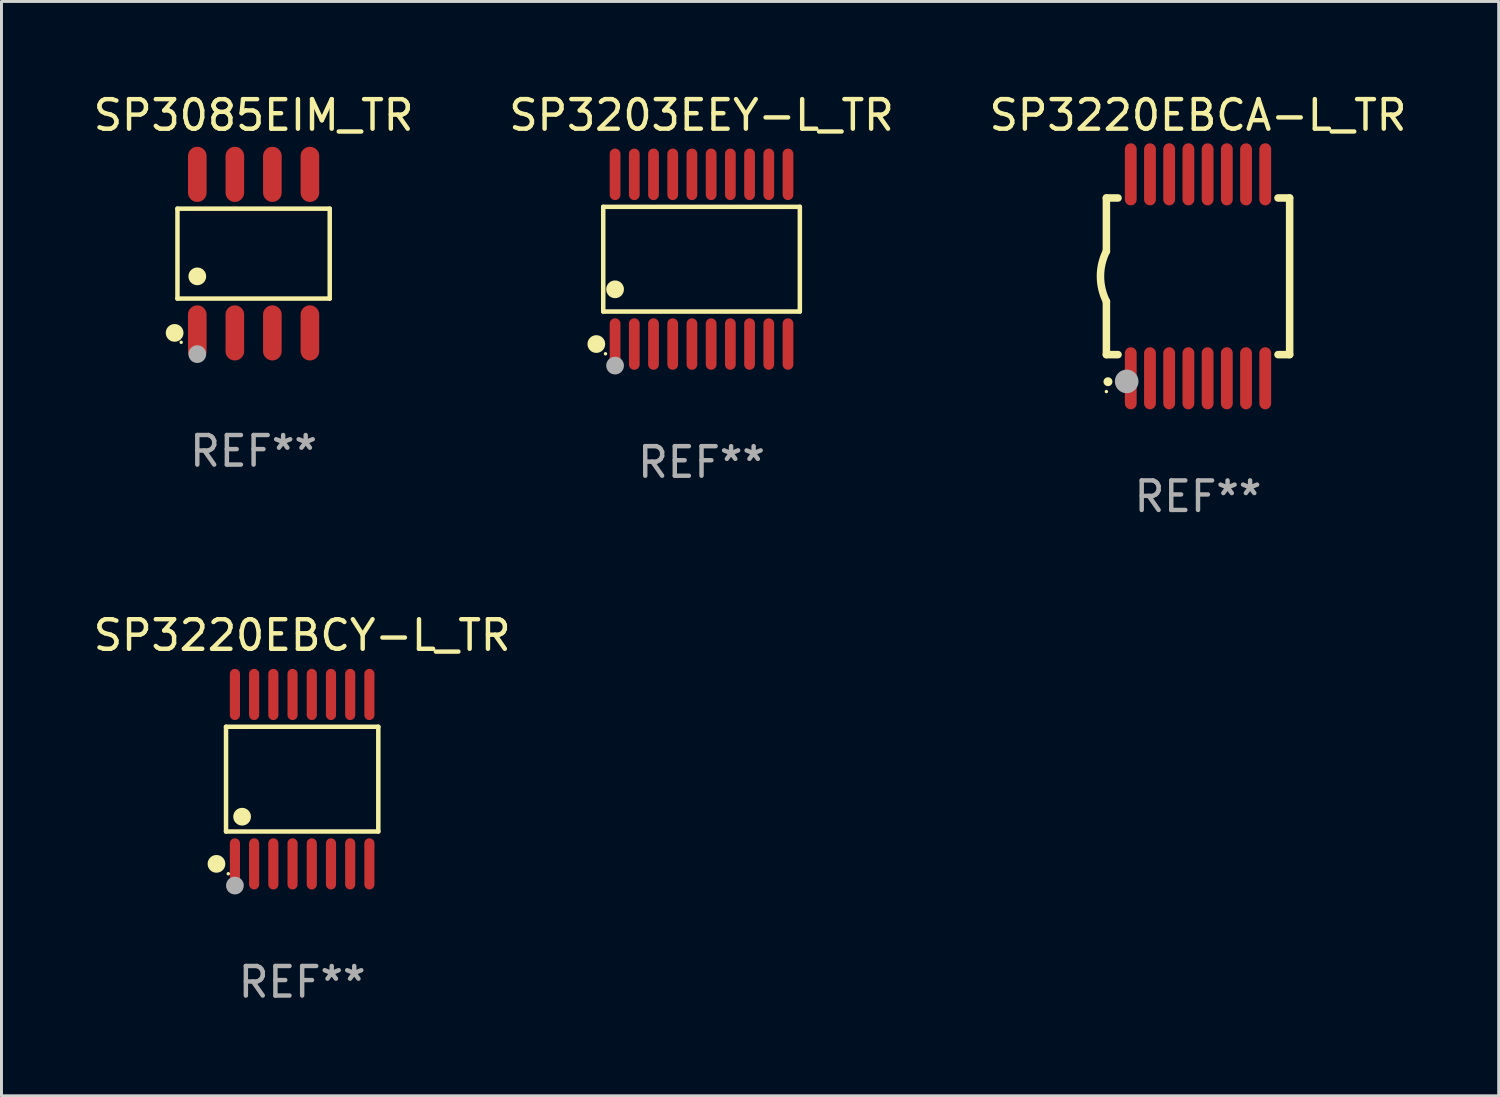
<source format=kicad_pcb>
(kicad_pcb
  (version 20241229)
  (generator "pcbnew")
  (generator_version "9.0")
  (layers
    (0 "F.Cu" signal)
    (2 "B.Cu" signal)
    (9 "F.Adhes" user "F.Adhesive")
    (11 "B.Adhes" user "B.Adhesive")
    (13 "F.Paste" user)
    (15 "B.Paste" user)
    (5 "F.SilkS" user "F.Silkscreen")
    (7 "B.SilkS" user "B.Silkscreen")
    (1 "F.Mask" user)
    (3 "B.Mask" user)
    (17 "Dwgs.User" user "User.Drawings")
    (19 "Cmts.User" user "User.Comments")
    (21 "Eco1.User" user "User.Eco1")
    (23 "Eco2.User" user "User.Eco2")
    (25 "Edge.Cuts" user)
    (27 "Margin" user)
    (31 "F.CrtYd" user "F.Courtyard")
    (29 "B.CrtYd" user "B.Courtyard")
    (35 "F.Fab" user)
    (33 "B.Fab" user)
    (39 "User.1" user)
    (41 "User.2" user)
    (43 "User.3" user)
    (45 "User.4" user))
  (footprint "SP3220EBCY-L_TR"
    (layer "F.Cu")
    (at 7.173 23.311)
    (property "Reference" "SP3220EBCY-L_TR" (at 0 -4.866 0) (layer "F.SilkS") (effects (font (size 1 1) (thickness 0.15))))
    (attr through_hole)
    (fp_line (start -2.576 -1.772) (end 2.576 -1.772) (stroke (width 0.152) (type solid)) (layer "F.SilkS"))
    (fp_line (start -2.576 1.771) (end -2.576 -1.772) (stroke (width 0.152) (type solid)) (layer "F.SilkS"))
    (fp_line (start 2.576 -1.772) (end 2.576 1.771) (stroke (width 0.152) (type solid)) (layer "F.SilkS"))
    (fp_line (start 2.576 1.771) (end -2.576 1.771) (stroke (width 0.152) (type solid)) (layer "F.SilkS"))
    (fp_circle (center -2.899 2.866) (end -2.749 2.866) (stroke (width 0.3) (type solid)) (fill no) (layer "F.SilkS"))
    (fp_circle (center -2.5 3.2) (end -2.47 3.2) (stroke (width 0.06) (type solid)) (fill no) (layer "F.SilkS"))
    (fp_circle (center -2.032 1.27) (end -1.882 1.27) (stroke (width 0.3) (type solid)) (fill no) (layer "F.SilkS"))
    (fp_circle (center -2.275 3.6) (end -2.125 3.6) (stroke (width 0.3) (type solid)) (fill no) (layer "F.Fab"))
    (fp_text user "REF**" (at 0 6.866 0) (layer "F.Fab") (effects (font (size 1 1) (thickness 0.15))))
    (pad "1" smd oval (at -2.275 2.866) (size 0.343 1.731) (layers "F.Cu" "F.Mask" "F.Paste"))
    (pad "2" smd oval (at -1.625 2.866) (size 0.343 1.731) (layers "F.Cu" "F.Mask" "F.Paste"))
    (pad "3" smd oval (at -0.975 2.866) (size 0.343 1.731) (layers "F.Cu" "F.Mask" "F.Paste"))
    (pad "4" smd oval (at -0.325 2.866) (size 0.343 1.731) (layers "F.Cu" "F.Mask" "F.Paste"))
    (pad "5" smd oval (at 0.325 2.866) (size 0.343 1.731) (layers "F.Cu" "F.Mask" "F.Paste"))
    (pad "6" smd oval (at 0.975 2.866) (size 0.343 1.731) (layers "F.Cu" "F.Mask" "F.Paste"))
    (pad "7" smd oval (at 1.625 2.866) (size 0.343 1.731) (layers "F.Cu" "F.Mask" "F.Paste"))
    (pad "8" smd oval (at 2.275 2.866) (size 0.343 1.731) (layers "F.Cu" "F.Mask" "F.Paste"))
    (pad "9" smd oval (at 2.275 -2.866) (size 0.343 1.731) (layers "F.Cu" "F.Mask" "F.Paste"))
    (pad "10" smd oval (at 1.625 -2.866) (size 0.343 1.731) (layers "F.Cu" "F.Mask" "F.Paste"))
    (pad "11" smd oval (at 0.975 -2.866) (size 0.343 1.731) (layers "F.Cu" "F.Mask" "F.Paste"))
    (pad "12" smd oval (at 0.325 -2.866) (size 0.343 1.731) (layers "F.Cu" "F.Mask" "F.Paste"))
    (pad "13" smd oval (at -0.325 -2.866) (size 0.343 1.731) (layers "F.Cu" "F.Mask" "F.Paste"))
    (pad "14" smd oval (at -0.975 -2.866) (size 0.343 1.731) (layers "F.Cu" "F.Mask" "F.Paste"))
    (pad "15" smd oval (at -1.625 -2.866) (size 0.343 1.731) (layers "F.Cu" "F.Mask" "F.Paste"))
    (pad "16" smd oval (at -2.275 -2.866) (size 0.343 1.731) (layers "F.Cu" "F.Mask" "F.Paste")))
  (footprint "SP3203EEY-L_TR"
    (layer "F.Cu")
    (at 20.685 5.719)
    (property "Reference" "SP3203EEY-L_TR" (at 0 -4.871 0) (layer "F.SilkS") (effects (font (size 1 1) (thickness 0.15))))
    (attr through_hole)
    (fp_line (start -3.326 -1.771) (end 3.326 -1.771) (stroke (width 0.152) (type solid)) (layer "F.SilkS"))
    (fp_line (start -3.326 1.771) (end -3.326 -1.771) (stroke (width 0.152) (type solid)) (layer "F.SilkS"))
    (fp_line (start 3.326 -1.771) (end 3.326 1.771) (stroke (width 0.152) (type solid)) (layer "F.SilkS"))
    (fp_line (start 3.326 1.771) (end -3.326 1.771) (stroke (width 0.152) (type solid)) (layer "F.SilkS"))
    (fp_circle (center -3.559 2.871) (end -3.409 2.871) (stroke (width 0.3) (type solid)) (fill no) (layer "F.SilkS"))
    (fp_circle (center -3.25 3.2) (end -3.22 3.2) (stroke (width 0.06) (type solid)) (fill no) (layer "F.SilkS"))
    (fp_circle (center -2.925 1.019) (end -2.775 1.019) (stroke (width 0.3) (type solid)) (fill no) (layer "F.SilkS"))
    (fp_circle (center -2.925 3.6) (end -2.775 3.6) (stroke (width 0.3) (type solid)) (fill no) (layer "F.Fab"))
    (fp_text user "REF**" (at 0 6.871 0) (layer "F.Fab") (effects (font (size 1 1) (thickness 0.15))))
    (pad "1" smd oval (at -2.925 2.871) (size 0.364 1.742) (layers "F.Cu" "F.Mask" "F.Paste"))
    (pad "2" smd oval (at -2.275 2.871) (size 0.364 1.742) (layers "F.Cu" "F.Mask" "F.Paste"))
    (pad "3" smd oval (at -1.625 2.871) (size 0.364 1.742) (layers "F.Cu" "F.Mask" "F.Paste"))
    (pad "4" smd oval (at -0.975 2.871) (size 0.364 1.742) (layers "F.Cu" "F.Mask" "F.Paste"))
    (pad "5" smd oval (at -0.325 2.871) (size 0.364 1.742) (layers "F.Cu" "F.Mask" "F.Paste"))
    (pad "6" smd oval (at 0.325 2.871) (size 0.364 1.742) (layers "F.Cu" "F.Mask" "F.Paste"))
    (pad "7" smd oval (at 0.975 2.871) (size 0.364 1.742) (layers "F.Cu" "F.Mask" "F.Paste"))
    (pad "8" smd oval (at 1.625 2.871) (size 0.364 1.742) (layers "F.Cu" "F.Mask" "F.Paste"))
    (pad "9" smd oval (at 2.275 2.871) (size 0.364 1.742) (layers "F.Cu" "F.Mask" "F.Paste"))
    (pad "10" smd oval (at 2.925 2.871) (size 0.364 1.742) (layers "F.Cu" "F.Mask" "F.Paste"))
    (pad "11" smd oval (at 2.925 -2.871) (size 0.364 1.742) (layers "F.Cu" "F.Mask" "F.Paste"))
    (pad "12" smd oval (at 2.275 -2.871) (size 0.364 1.742) (layers "F.Cu" "F.Mask" "F.Paste"))
    (pad "13" smd oval (at 1.625 -2.871) (size 0.364 1.742) (layers "F.Cu" "F.Mask" "F.Paste"))
    (pad "14" smd oval (at 0.975 -2.871) (size 0.364 1.742) (layers "F.Cu" "F.Mask" "F.Paste"))
    (pad "15" smd oval (at 0.325 -2.871) (size 0.364 1.742) (layers "F.Cu" "F.Mask" "F.Paste"))
    (pad "16" smd oval (at -0.325 -2.871) (size 0.364 1.742) (layers "F.Cu" "F.Mask" "F.Paste"))
    (pad "17" smd oval (at -0.975 -2.871) (size 0.364 1.742) (layers "F.Cu" "F.Mask" "F.Paste"))
    (pad "18" smd oval (at -1.625 -2.871) (size 0.364 1.742) (layers "F.Cu" "F.Mask" "F.Paste"))
    (pad "19" smd oval (at -2.275 -2.871) (size 0.364 1.742) (layers "F.Cu" "F.Mask" "F.Paste"))
    (pad "20" smd oval (at -2.925 -2.871) (size 0.364 1.742) (layers "F.Cu" "F.Mask" "F.Paste")))
  (footprint "SP3220EBCA-L_TR"
    (layer "F.Cu")
    (at 37.482 6.298)
    (property "Reference" "SP3220EBCA-L_TR" (at 0 -5.45 0) (layer "F.SilkS") (effects (font (size 1 1) (thickness 0.15))))
    (attr through_hole)
    (fp_line (start -3.1 -2.65) (end -3.1 -0.85) (stroke (width 0.254) (type solid)) (layer "F.SilkS"))
    (fp_line (start -3.1 -2.65) (end -2.706 -2.65) (stroke (width 0.254) (type solid)) (layer "F.SilkS"))
    (fp_line (start -3.1 2.65) (end -3.1 0.85) (stroke (width 0.254) (type solid)) (layer "F.SilkS"))
    (fp_line (start -3.1 2.65) (end -2.706 2.65) (stroke (width 0.254) (type solid)) (layer "F.SilkS"))
    (fp_line (start 2.706 -2.65) (end 3.1 -2.65) (stroke (width 0.254) (type solid)) (layer "F.SilkS"))
    (fp_line (start 2.706 2.65) (end 3.1 2.65) (stroke (width 0.254) (type solid)) (layer "F.SilkS"))
    (fp_line (start 3.1 -2.65) (end 3.1 2.65) (stroke (width 0.254) (type solid)) (layer "F.SilkS"))
    (fp_arc (start -3.098907 0.850902) (mid -3.300057 0.000523) (end -3.1 -0.850114) (stroke (width 0.254001) (type solid)) (layer "F.SilkS"))
    (fp_arc (start -3.048006 3.566066) (mid -3.046736 3.566061) (end -3.045466 3.566066) (stroke (width 0.3) (type solid)) (layer "F.SilkS"))
    (fp_circle (center -3.1 3.9) (end -3.07 3.9) (stroke (width 0.06) (type solid)) (fill no) (layer "F.SilkS"))
    (fp_circle (center -2.413 3.556) (end -2.213 3.556) (stroke (width 0.4) (type solid)) (fill no) (layer "F.Fab"))
    (fp_text user "REF**" (at 0 7.45 0) (layer "F.Fab") (effects (font (size 1 1) (thickness 0.15))))
    (pad "1" smd oval (at -2.275 3.45 180) (size 0.4 2.1) (layers "F.Cu" "F.Mask" "F.Paste"))
    (pad "2" smd oval (at -1.625 3.45 180) (size 0.4 2.1) (layers "F.Cu" "F.Mask" "F.Paste"))
    (pad "3" smd oval (at -0.975 3.45 180) (size 0.4 2.1) (layers "F.Cu" "F.Mask" "F.Paste"))
    (pad "4" smd oval (at -0.325 3.45 180) (size 0.4 2.1) (layers "F.Cu" "F.Mask" "F.Paste"))
    (pad "5" smd oval (at 0.325 3.45 180) (size 0.4 2.1) (layers "F.Cu" "F.Mask" "F.Paste"))
    (pad "6" smd oval (at 0.975 3.45 180) (size 0.4 2.1) (layers "F.Cu" "F.Mask" "F.Paste"))
    (pad "7" smd oval (at 1.625 3.45 180) (size 0.4 2.1) (layers "F.Cu" "F.Mask" "F.Paste"))
    (pad "8" smd oval (at 2.275 3.45 180) (size 0.4 2.1) (layers "F.Cu" "F.Mask" "F.Paste"))
    (pad "9" smd oval (at 2.275 -3.45 180) (size 0.4 2.1) (layers "F.Cu" "F.Mask" "F.Paste"))
    (pad "10" smd oval (at 1.625 -3.45 180) (size 0.4 2.1) (layers "F.Cu" "F.Mask" "F.Paste"))
    (pad "11" smd oval (at 0.975 -3.45 180) (size 0.4 2.1) (layers "F.Cu" "F.Mask" "F.Paste"))
    (pad "12" smd oval (at 0.325 -3.45 180) (size 0.4 2.1) (layers "F.Cu" "F.Mask" "F.Paste"))
    (pad "13" smd oval (at -0.325 -3.45 180) (size 0.4 2.1) (layers "F.Cu" "F.Mask" "F.Paste"))
    (pad "14" smd oval (at -0.975 -3.45 180) (size 0.4 2.1) (layers "F.Cu" "F.Mask" "F.Paste"))
    (pad "15" smd oval (at -1.625 -3.45 180) (size 0.4 2.1) (layers "F.Cu" "F.Mask" "F.Paste"))
    (pad "16" smd oval (at -2.275 -3.45 180) (size 0.4 2.1) (layers "F.Cu" "F.Mask" "F.Paste")))
  (footprint "SP3085EIM_TR"
    (layer "F.Cu")
    (at 5.53 5.531)
    (property "Reference" "SP3085EIM_TR" (at 0 -4.682 0) (layer "F.SilkS") (effects (font (size 1 1) (thickness 0.15))))
    (attr through_hole)
    (fp_line (start -2.576 -1.521) (end 2.576 -1.521) (stroke (width 0.152) (type solid)) (layer "F.SilkS"))
    (fp_line (start -2.576 1.521) (end -2.576 -1.521) (stroke (width 0.152) (type solid)) (layer "F.SilkS"))
    (fp_line (start 2.576 -1.521) (end 2.576 1.521) (stroke (width 0.152) (type solid)) (layer "F.SilkS"))
    (fp_line (start 2.576 1.521) (end -2.576 1.521) (stroke (width 0.152) (type solid)) (layer "F.SilkS"))
    (fp_circle (center -2.672 2.682) (end -2.522 2.682) (stroke (width 0.3) (type solid)) (fill no) (layer "F.SilkS"))
    (fp_circle (center -2.45 3) (end -2.42 3) (stroke (width 0.06) (type solid)) (fill no) (layer "F.SilkS"))
    (fp_circle (center -1.905 0.769) (end -1.755 0.769) (stroke (width 0.3) (type solid)) (fill no) (layer "F.SilkS"))
    (fp_circle (center -1.905 3.4) (end -1.755 3.4) (stroke (width 0.3) (type solid)) (fill no) (layer "F.Fab"))
    (fp_text user "REF**" (at 0 6.682 0) (layer "F.Fab") (effects (font (size 1 1) (thickness 0.15))))
    (pad "1" smd oval (at -1.905 2.682) (size 0.63 1.865) (layers "F.Cu" "F.Mask" "F.Paste"))
    (pad "2" smd oval (at -0.635 2.682) (size 0.63 1.865) (layers "F.Cu" "F.Mask" "F.Paste"))
    (pad "3" smd oval (at 0.635 2.682) (size 0.63 1.865) (layers "F.Cu" "F.Mask" "F.Paste"))
    (pad "4" smd oval (at 1.905 2.682) (size 0.63 1.865) (layers "F.Cu" "F.Mask" "F.Paste"))
    (pad "5" smd oval (at 1.905 -2.682) (size 0.63 1.865) (layers "F.Cu" "F.Mask" "F.Paste"))
    (pad "6" smd oval (at 0.635 -2.682) (size 0.63 1.865) (layers "F.Cu" "F.Mask" "F.Paste"))
    (pad "7" smd oval (at -0.635 -2.682) (size 0.63 1.865) (layers "F.Cu" "F.Mask" "F.Paste"))
    (pad "8" smd oval (at -1.905 -2.682) (size 0.63 1.865) (layers "F.Cu" "F.Mask" "F.Paste")))
  (gr_rect
    (start -3 -3)
    (end 47.655 34.025)
    (stroke (width 0.1) (type default))
    (fill no)
    (layer "Edge.Cuts")))
</source>
